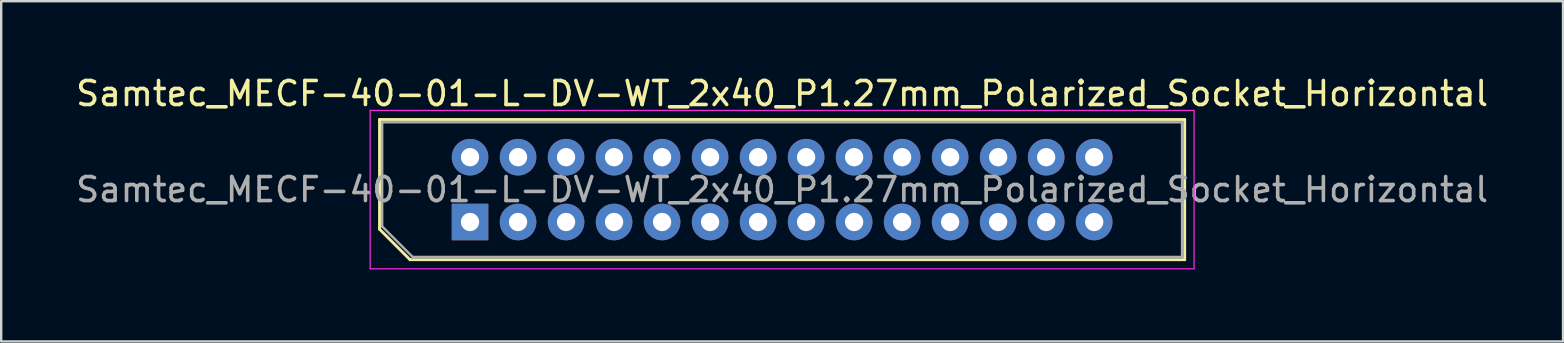
<source format=kicad_pcb>
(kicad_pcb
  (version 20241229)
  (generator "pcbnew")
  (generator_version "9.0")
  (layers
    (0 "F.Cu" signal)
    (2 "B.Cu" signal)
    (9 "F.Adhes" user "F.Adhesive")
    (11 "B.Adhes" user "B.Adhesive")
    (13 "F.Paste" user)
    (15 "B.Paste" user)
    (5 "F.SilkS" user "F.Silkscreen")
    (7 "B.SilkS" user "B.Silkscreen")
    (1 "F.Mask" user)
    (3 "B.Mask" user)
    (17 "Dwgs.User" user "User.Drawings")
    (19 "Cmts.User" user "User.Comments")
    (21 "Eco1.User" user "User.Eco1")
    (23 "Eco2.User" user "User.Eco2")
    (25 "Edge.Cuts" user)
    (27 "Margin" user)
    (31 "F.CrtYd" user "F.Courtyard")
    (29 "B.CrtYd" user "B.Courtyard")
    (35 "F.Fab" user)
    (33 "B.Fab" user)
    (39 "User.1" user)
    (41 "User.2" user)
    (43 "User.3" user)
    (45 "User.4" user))
  (footprint "Samtec_MECF-40-01-L-DV-WT_2x40_P1.27mm_Polarized_Socket_Horizontal"
    (layer "F.Cu")
    (at 29.53 4.848)
    (property "Reference" "Samtec_MECF-40-01-L-DV-WT_2x40_P1.27mm_Polarized_Socket_Horizontal" (at 0 -4 0) (layer "F.SilkS") (effects (font (size 1 1) (thickness 0.15))))
    (attr smd)
    (fp_line (start -16.77 -2.92) (end 16.77 -2.92) (stroke (width 0.12) (type solid)) (layer "F.SilkS"))
    (fp_line (start -16.77 1.65) (end -16.77 -2.92) (stroke (width 0.12) (type solid)) (layer "F.SilkS"))
    (fp_line (start -15.5 2.92) (end -16.77 1.65) (stroke (width 0.12) (type solid)) (layer "F.SilkS"))
    (fp_line (start -15.5 2.92) (end 16.77 2.92) (stroke (width 0.12) (type solid)) (layer "F.SilkS"))
    (fp_line (start 16.77 2.92) (end 16.77 -2.92) (stroke (width 0.12) (type solid)) (layer "F.SilkS"))
    (fp_line (start -17.16 -3.3) (end -17.16 3.3) (stroke (width 0.05) (type solid)) (layer "F.CrtYd"))
    (fp_line (start -17.16 3.3) (end 17.16 3.3) (stroke (width 0.05) (type solid)) (layer "F.CrtYd"))
    (fp_line (start 17.16 -3.3) (end -17.16 -3.3) (stroke (width 0.05) (type solid)) (layer "F.CrtYd"))
    (fp_line (start 17.16 3.3) (end 17.16 -3.3) (stroke (width 0.05) (type solid)) (layer "F.CrtYd"))
    (fp_line (start -16.66 -2.805) (end 16.66 -2.805) (stroke (width 0.1) (type solid)) (layer "F.Fab"))
    (fp_line (start -16.66 1.535) (end -16.66 -2.805) (stroke (width 0.1) (type solid)) (layer "F.Fab"))
    (fp_line (start -16.66 1.535) (end -15.39 2.805) (stroke (width 0.1) (type solid)) (layer "F.Fab"))
    (fp_line (start -15.39 2.805) (end 16.66 2.805) (stroke (width 0.1) (type solid)) (layer "F.Fab"))
    (fp_line (start 16.66 2.805) (end 16.66 -2.805) (stroke (width 0.1) (type solid)) (layer "F.Fab"))
    (fp_text user "${REFERENCE}" (at 0 0 0) (layer "F.Fab") (effects (font (size 1 1) (thickness 0.15))))
    (pad "1" thru_hole rect (at -13 1.35) (size 1.524 1.524) (drill 0.762) (layers "*.Cu" "*.Mask"))
    (pad "2" thru_hole circle (at -13 -1.35) (size 1.524 1.524) (drill 0.762) (layers "*.Cu" "*.Mask"))
    (pad "3" thru_hole circle (at -11 1.35) (size 1.524 1.524) (drill 0.762) (layers "*.Cu" "*.Mask"))
    (pad "4" thru_hole circle (at -11 -1.35) (size 1.524 1.524) (drill 0.762) (layers "*.Cu" "*.Mask"))
    (pad "5" thru_hole circle (at -9 1.35) (size 1.524 1.524) (drill 0.762) (layers "*.Cu" "*.Mask"))
    (pad "6" thru_hole circle (at -9 -1.35) (size 1.524 1.524) (drill 0.762) (layers "*.Cu" "*.Mask"))
    (pad "7" thru_hole circle (at -7 1.35) (size 1.524 1.524) (drill 0.762) (layers "*.Cu" "*.Mask"))
    (pad "8" thru_hole circle (at -7 -1.35) (size 1.524 1.524) (drill 0.762) (layers "*.Cu" "*.Mask"))
    (pad "9" thru_hole circle (at -5 1.35) (size 1.524 1.524) (drill 0.762) (layers "*.Cu" "*.Mask"))
    (pad "10" thru_hole circle (at -5 -1.35) (size 1.524 1.524) (drill 0.762) (layers "*.Cu" "*.Mask"))
    (pad "11" thru_hole circle (at -3 1.35) (size 1.524 1.524) (drill 0.762) (layers "*.Cu" "*.Mask"))
    (pad "12" thru_hole circle (at -3 -1.35) (size 1.524 1.524) (drill 0.762) (layers "*.Cu" "*.Mask"))
    (pad "13" thru_hole circle (at -1 1.35) (size 1.524 1.524) (drill 0.762) (layers "*.Cu" "*.Mask"))
    (pad "14" thru_hole circle (at -1 -1.35) (size 1.524 1.524) (drill 0.762) (layers "*.Cu" "*.Mask"))
    (pad "15" thru_hole circle (at 1 1.35) (size 1.524 1.524) (drill 0.762) (layers "*.Cu" "*.Mask"))
    (pad "16" thru_hole circle (at 1 -1.35) (size 1.524 1.524) (drill 0.762) (layers "*.Cu" "*.Mask"))
    (pad "17" thru_hole circle (at 3 1.35) (size 1.524 1.524) (drill 0.762) (layers "*.Cu" "*.Mask"))
    (pad "18" thru_hole circle (at 3 -1.35) (size 1.524 1.524) (drill 0.762) (layers "*.Cu" "*.Mask"))
    (pad "19" thru_hole circle (at 5 1.35) (size 1.524 1.524) (drill 0.762) (layers "*.Cu" "*.Mask"))
    (pad "20" thru_hole circle (at 5 -1.35) (size 1.524 1.524) (drill 0.762) (layers "*.Cu" "*.Mask"))
    (pad "21" thru_hole circle (at 7 1.35) (size 1.524 1.524) (drill 0.762) (layers "*.Cu" "*.Mask"))
    (pad "22" thru_hole circle (at 7 -1.35) (size 1.524 1.524) (drill 0.762) (layers "*.Cu" "*.Mask"))
    (pad "23" thru_hole circle (at 9 1.35) (size 1.524 1.524) (drill 0.762) (layers "*.Cu" "*.Mask"))
    (pad "24" thru_hole circle (at 9 -1.35) (size 1.524 1.524) (drill 0.762) (layers "*.Cu" "*.Mask"))
    (pad "25" thru_hole circle (at 11 1.35) (size 1.524 1.524) (drill 0.762) (layers "*.Cu" "*.Mask"))
    (pad "26" thru_hole circle (at 11 -1.35) (size 1.524 1.524) (drill 0.762) (layers "*.Cu" "*.Mask"))
    (pad "27" thru_hole circle (at 13 1.35) (size 1.524 1.524) (drill 0.762) (layers "*.Cu" "*.Mask"))
    (pad "28" thru_hole circle (at 13 -1.35) (size 1.524 1.524) (drill 0.762) (layers "*.Cu" "*.Mask")))
  (gr_rect
    (start -3 -3)
    (end 62.06 11.173)
    (stroke (width 0.1) (type default))
    (fill no)
    (layer "Edge.Cuts")))
</source>
